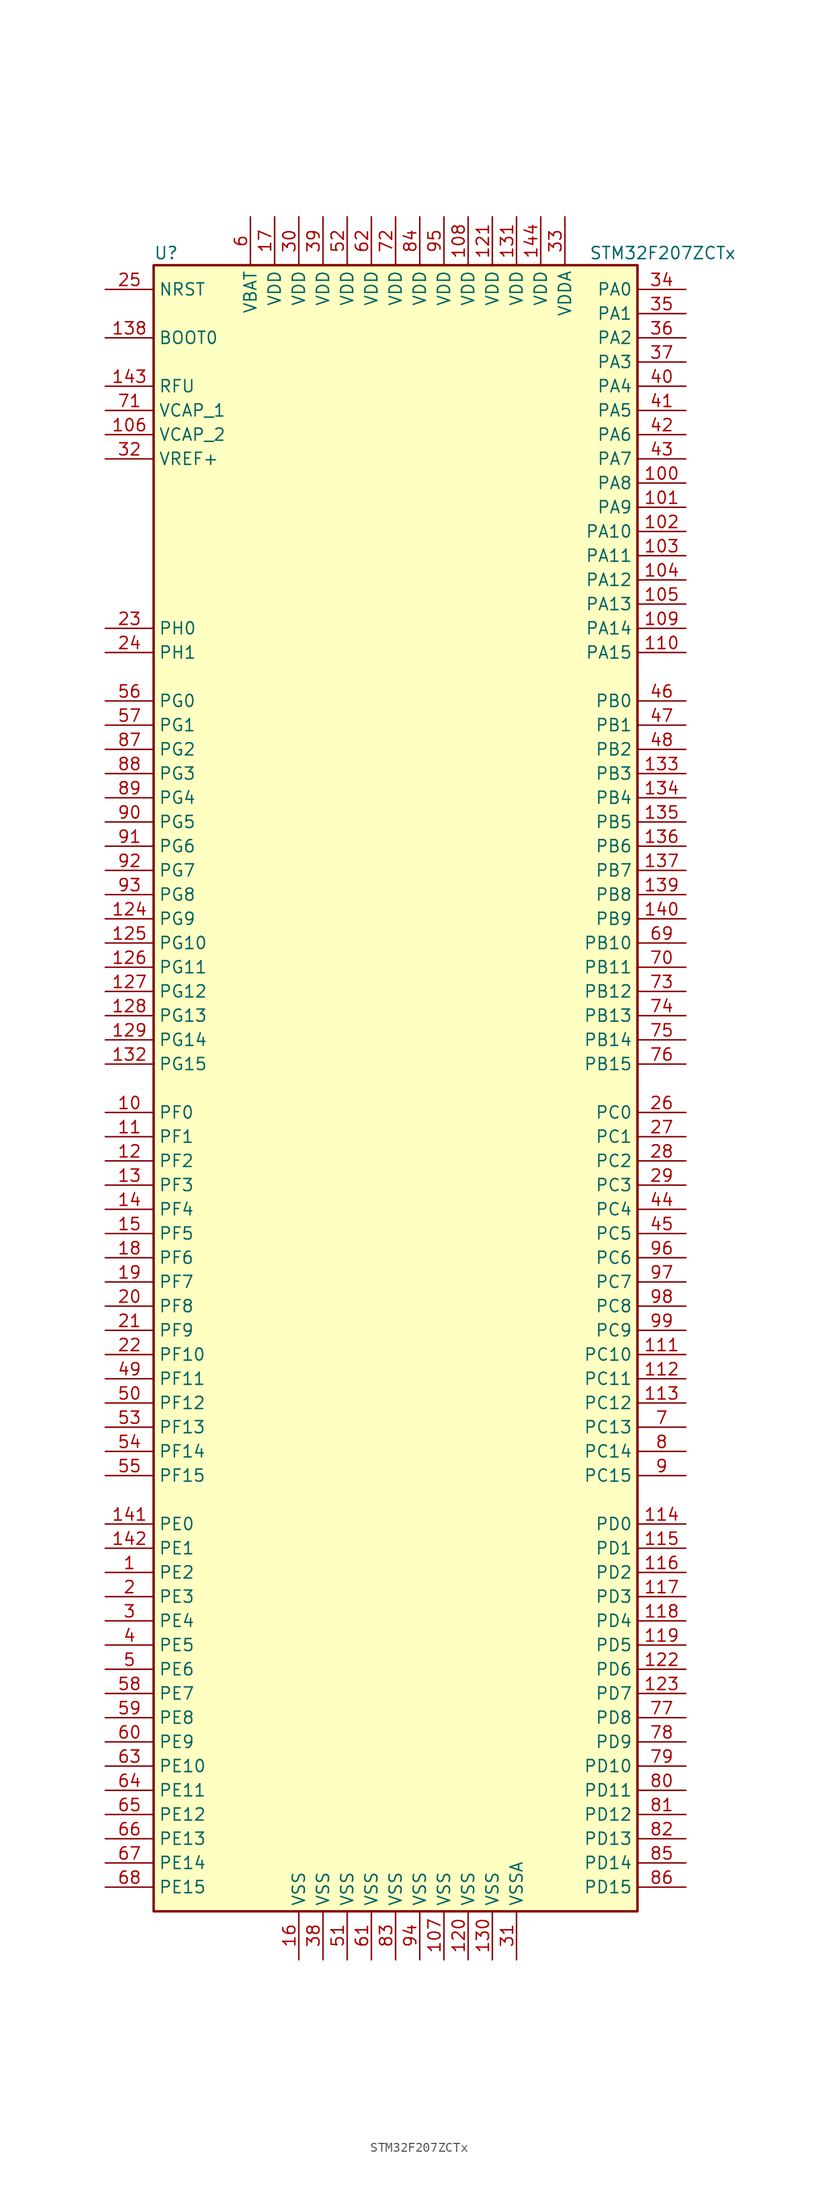
<source format=kicad_sym>
(kicad_symbol_lib
  (version 20201005)
  (generator kicad_symbol_editor)
  (symbol "STM32F207ZCTx"
    (property "Reference" "U"
      (at -25.4 87.63 0)
      (effects (font (size 1.27 1.27)) (justify left)))
    (property "Value" "STM32F207ZCTx"
      (at 20.32 87.63 0)
      (effects (font (size 1.27 1.27)) (justify left)))
    (symbol "STM32F207ZCTx_0_1"
      (rectangle (start -25.4 -86.36) (end 25.4 86.36) (stroke (width 0.254)) (fill (type background))))
    (symbol "STM32F207ZCTx_1_1"
      (pin input line (at -30.48 78.74 0) (length 5.08) (name "BOOT0" (effects (font (size 1.27 1.27)))) (number "138" (effects (font (size 1.27 1.27)))))
      (pin input line (at -30.48 83.82 0) (length 5.08) (name "NRST" (effects (font (size 1.27 1.27)))) (number "25" (effects (font (size 1.27 1.27)))))
      (pin bidirectional line (at 30.48 83.82 180) (length 5.08) (name "PA0" (effects (font (size 1.27 1.27)))) (number "34" (effects (font (size 1.27 1.27)))))
      (pin bidirectional line (at 30.48 81.28 180) (length 5.08) (name "PA1" (effects (font (size 1.27 1.27)))) (number "35" (effects (font (size 1.27 1.27)))))
      (pin bidirectional line (at 30.48 58.42 180) (length 5.08) (name "PA10" (effects (font (size 1.27 1.27)))) (number "102" (effects (font (size 1.27 1.27)))))
      (pin bidirectional line (at 30.48 55.88 180) (length 5.08) (name "PA11" (effects (font (size 1.27 1.27)))) (number "103" (effects (font (size 1.27 1.27)))))
      (pin bidirectional line (at 30.48 53.34 180) (length 5.08) (name "PA12" (effects (font (size 1.27 1.27)))) (number "104" (effects (font (size 1.27 1.27)))))
      (pin bidirectional line (at 30.48 50.8 180) (length 5.08) (name "PA13" (effects (font (size 1.27 1.27)))) (number "105" (effects (font (size 1.27 1.27)))))
      (pin bidirectional line (at 30.48 48.26 180) (length 5.08) (name "PA14" (effects (font (size 1.27 1.27)))) (number "109" (effects (font (size 1.27 1.27)))))
      (pin bidirectional line (at 30.48 45.72 180) (length 5.08) (name "PA15" (effects (font (size 1.27 1.27)))) (number "110" (effects (font (size 1.27 1.27)))))
      (pin bidirectional line (at 30.48 78.74 180) (length 5.08) (name "PA2" (effects (font (size 1.27 1.27)))) (number "36" (effects (font (size 1.27 1.27)))))
      (pin bidirectional line (at 30.48 76.2 180) (length 5.08) (name "PA3" (effects (font (size 1.27 1.27)))) (number "37" (effects (font (size 1.27 1.27)))))
      (pin bidirectional line (at 30.48 73.66 180) (length 5.08) (name "PA4" (effects (font (size 1.27 1.27)))) (number "40" (effects (font (size 1.27 1.27)))))
      (pin bidirectional line (at 30.48 71.12 180) (length 5.08) (name "PA5" (effects (font (size 1.27 1.27)))) (number "41" (effects (font (size 1.27 1.27)))))
      (pin bidirectional line (at 30.48 68.58 180) (length 5.08) (name "PA6" (effects (font (size 1.27 1.27)))) (number "42" (effects (font (size 1.27 1.27)))))
      (pin bidirectional line (at 30.48 66.04 180) (length 5.08) (name "PA7" (effects (font (size 1.27 1.27)))) (number "43" (effects (font (size 1.27 1.27)))))
      (pin bidirectional line (at 30.48 63.5 180) (length 5.08) (name "PA8" (effects (font (size 1.27 1.27)))) (number "100" (effects (font (size 1.27 1.27)))))
      (pin bidirectional line (at 30.48 60.96 180) (length 5.08) (name "PA9" (effects (font (size 1.27 1.27)))) (number "101" (effects (font (size 1.27 1.27)))))
      (pin bidirectional line (at 30.48 40.64 180) (length 5.08) (name "PB0" (effects (font (size 1.27 1.27)))) (number "46" (effects (font (size 1.27 1.27)))))
      (pin bidirectional line (at 30.48 38.1 180) (length 5.08) (name "PB1" (effects (font (size 1.27 1.27)))) (number "47" (effects (font (size 1.27 1.27)))))
      (pin bidirectional line (at 30.48 15.24 180) (length 5.08) (name "PB10" (effects (font (size 1.27 1.27)))) (number "69" (effects (font (size 1.27 1.27)))))
      (pin bidirectional line (at 30.48 12.7 180) (length 5.08) (name "PB11" (effects (font (size 1.27 1.27)))) (number "70" (effects (font (size 1.27 1.27)))))
      (pin bidirectional line (at 30.48 10.16 180) (length 5.08) (name "PB12" (effects (font (size 1.27 1.27)))) (number "73" (effects (font (size 1.27 1.27)))))
      (pin bidirectional line (at 30.48 7.62 180) (length 5.08) (name "PB13" (effects (font (size 1.27 1.27)))) (number "74" (effects (font (size 1.27 1.27)))))
      (pin bidirectional line (at 30.48 5.08 180) (length 5.08) (name "PB14" (effects (font (size 1.27 1.27)))) (number "75" (effects (font (size 1.27 1.27)))))
      (pin bidirectional line (at 30.48 2.54 180) (length 5.08) (name "PB15" (effects (font (size 1.27 1.27)))) (number "76" (effects (font (size 1.27 1.27)))))
      (pin bidirectional line (at 30.48 35.56 180) (length 5.08) (name "PB2" (effects (font (size 1.27 1.27)))) (number "48" (effects (font (size 1.27 1.27)))))
      (pin bidirectional line (at 30.48 33.02 180) (length 5.08) (name "PB3" (effects (font (size 1.27 1.27)))) (number "133" (effects (font (size 1.27 1.27)))))
      (pin bidirectional line (at 30.48 30.48 180) (length 5.08) (name "PB4" (effects (font (size 1.27 1.27)))) (number "134" (effects (font (size 1.27 1.27)))))
      (pin bidirectional line (at 30.48 27.94 180) (length 5.08) (name "PB5" (effects (font (size 1.27 1.27)))) (number "135" (effects (font (size 1.27 1.27)))))
      (pin bidirectional line (at 30.48 25.4 180) (length 5.08) (name "PB6" (effects (font (size 1.27 1.27)))) (number "136" (effects (font (size 1.27 1.27)))))
      (pin bidirectional line (at 30.48 22.86 180) (length 5.08) (name "PB7" (effects (font (size 1.27 1.27)))) (number "137" (effects (font (size 1.27 1.27)))))
      (pin bidirectional line (at 30.48 20.32 180) (length 5.08) (name "PB8" (effects (font (size 1.27 1.27)))) (number "139" (effects (font (size 1.27 1.27)))))
      (pin bidirectional line (at 30.48 17.78 180) (length 5.08) (name "PB9" (effects (font (size 1.27 1.27)))) (number "140" (effects (font (size 1.27 1.27)))))
      (pin bidirectional line (at 30.48 -2.54 180) (length 5.08) (name "PC0" (effects (font (size 1.27 1.27)))) (number "26" (effects (font (size 1.27 1.27)))))
      (pin bidirectional line (at 30.48 -5.08 180) (length 5.08) (name "PC1" (effects (font (size 1.27 1.27)))) (number "27" (effects (font (size 1.27 1.27)))))
      (pin bidirectional line (at 30.48 -27.94 180) (length 5.08) (name "PC10" (effects (font (size 1.27 1.27)))) (number "111" (effects (font (size 1.27 1.27)))))
      (pin bidirectional line (at 30.48 -30.48 180) (length 5.08) (name "PC11" (effects (font (size 1.27 1.27)))) (number "112" (effects (font (size 1.27 1.27)))))
      (pin bidirectional line (at 30.48 -33.02 180) (length 5.08) (name "PC12" (effects (font (size 1.27 1.27)))) (number "113" (effects (font (size 1.27 1.27)))))
      (pin bidirectional line (at 30.48 -35.56 180) (length 5.08) (name "PC13" (effects (font (size 1.27 1.27)))) (number "7" (effects (font (size 1.27 1.27)))))
      (pin bidirectional line (at 30.48 -38.1 180) (length 5.08) (name "PC14" (effects (font (size 1.27 1.27)))) (number "8" (effects (font (size 1.27 1.27)))))
      (pin bidirectional line (at 30.48 -40.64 180) (length 5.08) (name "PC15" (effects (font (size 1.27 1.27)))) (number "9" (effects (font (size 1.27 1.27)))))
      (pin bidirectional line (at 30.48 -7.62 180) (length 5.08) (name "PC2" (effects (font (size 1.27 1.27)))) (number "28" (effects (font (size 1.27 1.27)))))
      (pin bidirectional line (at 30.48 -10.16 180) (length 5.08) (name "PC3" (effects (font (size 1.27 1.27)))) (number "29" (effects (font (size 1.27 1.27)))))
      (pin bidirectional line (at 30.48 -12.7 180) (length 5.08) (name "PC4" (effects (font (size 1.27 1.27)))) (number "44" (effects (font (size 1.27 1.27)))))
      (pin bidirectional line (at 30.48 -15.24 180) (length 5.08) (name "PC5" (effects (font (size 1.27 1.27)))) (number "45" (effects (font (size 1.27 1.27)))))
      (pin bidirectional line (at 30.48 -17.78 180) (length 5.08) (name "PC6" (effects (font (size 1.27 1.27)))) (number "96" (effects (font (size 1.27 1.27)))))
      (pin bidirectional line (at 30.48 -20.32 180) (length 5.08) (name "PC7" (effects (font (size 1.27 1.27)))) (number "97" (effects (font (size 1.27 1.27)))))
      (pin bidirectional line (at 30.48 -22.86 180) (length 5.08) (name "PC8" (effects (font (size 1.27 1.27)))) (number "98" (effects (font (size 1.27 1.27)))))
      (pin bidirectional line (at 30.48 -25.4 180) (length 5.08) (name "PC9" (effects (font (size 1.27 1.27)))) (number "99" (effects (font (size 1.27 1.27)))))
      (pin bidirectional line (at 30.48 -45.72 180) (length 5.08) (name "PD0" (effects (font (size 1.27 1.27)))) (number "114" (effects (font (size 1.27 1.27)))))
      (pin bidirectional line (at 30.48 -48.26 180) (length 5.08) (name "PD1" (effects (font (size 1.27 1.27)))) (number "115" (effects (font (size 1.27 1.27)))))
      (pin bidirectional line (at 30.48 -71.12 180) (length 5.08) (name "PD10" (effects (font (size 1.27 1.27)))) (number "79" (effects (font (size 1.27 1.27)))))
      (pin bidirectional line (at 30.48 -73.66 180) (length 5.08) (name "PD11" (effects (font (size 1.27 1.27)))) (number "80" (effects (font (size 1.27 1.27)))))
      (pin bidirectional line (at 30.48 -76.2 180) (length 5.08) (name "PD12" (effects (font (size 1.27 1.27)))) (number "81" (effects (font (size 1.27 1.27)))))
      (pin bidirectional line (at 30.48 -78.74 180) (length 5.08) (name "PD13" (effects (font (size 1.27 1.27)))) (number "82" (effects (font (size 1.27 1.27)))))
      (pin bidirectional line (at 30.48 -81.28 180) (length 5.08) (name "PD14" (effects (font (size 1.27 1.27)))) (number "85" (effects (font (size 1.27 1.27)))))
      (pin bidirectional line (at 30.48 -83.82 180) (length 5.08) (name "PD15" (effects (font (size 1.27 1.27)))) (number "86" (effects (font (size 1.27 1.27)))))
      (pin bidirectional line (at 30.48 -50.8 180) (length 5.08) (name "PD2" (effects (font (size 1.27 1.27)))) (number "116" (effects (font (size 1.27 1.27)))))
      (pin bidirectional line (at 30.48 -53.34 180) (length 5.08) (name "PD3" (effects (font (size 1.27 1.27)))) (number "117" (effects (font (size 1.27 1.27)))))
      (pin bidirectional line (at 30.48 -55.88 180) (length 5.08) (name "PD4" (effects (font (size 1.27 1.27)))) (number "118" (effects (font (size 1.27 1.27)))))
      (pin bidirectional line (at 30.48 -58.42 180) (length 5.08) (name "PD5" (effects (font (size 1.27 1.27)))) (number "119" (effects (font (size 1.27 1.27)))))
      (pin bidirectional line (at 30.48 -60.96 180) (length 5.08) (name "PD6" (effects (font (size 1.27 1.27)))) (number "122" (effects (font (size 1.27 1.27)))))
      (pin bidirectional line (at 30.48 -63.5 180) (length 5.08) (name "PD7" (effects (font (size 1.27 1.27)))) (number "123" (effects (font (size 1.27 1.27)))))
      (pin bidirectional line (at 30.48 -66.04 180) (length 5.08) (name "PD8" (effects (font (size 1.27 1.27)))) (number "77" (effects (font (size 1.27 1.27)))))
      (pin bidirectional line (at 30.48 -68.58 180) (length 5.08) (name "PD9" (effects (font (size 1.27 1.27)))) (number "78" (effects (font (size 1.27 1.27)))))
      (pin bidirectional line (at -30.48 -45.72 0) (length 5.08) (name "PE0" (effects (font (size 1.27 1.27)))) (number "141" (effects (font (size 1.27 1.27)))))
      (pin bidirectional line (at -30.48 -48.26 0) (length 5.08) (name "PE1" (effects (font (size 1.27 1.27)))) (number "142" (effects (font (size 1.27 1.27)))))
      (pin bidirectional line (at -30.48 -71.12 0) (length 5.08) (name "PE10" (effects (font (size 1.27 1.27)))) (number "63" (effects (font (size 1.27 1.27)))))
      (pin bidirectional line (at -30.48 -73.66 0) (length 5.08) (name "PE11" (effects (font (size 1.27 1.27)))) (number "64" (effects (font (size 1.27 1.27)))))
      (pin bidirectional line (at -30.48 -76.2 0) (length 5.08) (name "PE12" (effects (font (size 1.27 1.27)))) (number "65" (effects (font (size 1.27 1.27)))))
      (pin bidirectional line (at -30.48 -78.74 0) (length 5.08) (name "PE13" (effects (font (size 1.27 1.27)))) (number "66" (effects (font (size 1.27 1.27)))))
      (pin bidirectional line (at -30.48 -81.28 0) (length 5.08) (name "PE14" (effects (font (size 1.27 1.27)))) (number "67" (effects (font (size 1.27 1.27)))))
      (pin bidirectional line (at -30.48 -83.82 0) (length 5.08) (name "PE15" (effects (font (size 1.27 1.27)))) (number "68" (effects (font (size 1.27 1.27)))))
      (pin bidirectional line (at -30.48 -50.8 0) (length 5.08) (name "PE2" (effects (font (size 1.27 1.27)))) (number "1" (effects (font (size 1.27 1.27)))))
      (pin bidirectional line (at -30.48 -53.34 0) (length 5.08) (name "PE3" (effects (font (size 1.27 1.27)))) (number "2" (effects (font (size 1.27 1.27)))))
      (pin bidirectional line (at -30.48 -55.88 0) (length 5.08) (name "PE4" (effects (font (size 1.27 1.27)))) (number "3" (effects (font (size 1.27 1.27)))))
      (pin bidirectional line (at -30.48 -58.42 0) (length 5.08) (name "PE5" (effects (font (size 1.27 1.27)))) (number "4" (effects (font (size 1.27 1.27)))))
      (pin bidirectional line (at -30.48 -60.96 0) (length 5.08) (name "PE6" (effects (font (size 1.27 1.27)))) (number "5" (effects (font (size 1.27 1.27)))))
      (pin bidirectional line (at -30.48 -63.5 0) (length 5.08) (name "PE7" (effects (font (size 1.27 1.27)))) (number "58" (effects (font (size 1.27 1.27)))))
      (pin bidirectional line (at -30.48 -66.04 0) (length 5.08) (name "PE8" (effects (font (size 1.27 1.27)))) (number "59" (effects (font (size 1.27 1.27)))))
      (pin bidirectional line (at -30.48 -68.58 0) (length 5.08) (name "PE9" (effects (font (size 1.27 1.27)))) (number "60" (effects (font (size 1.27 1.27)))))
      (pin bidirectional line (at -30.48 -2.54 0) (length 5.08) (name "PF0" (effects (font (size 1.27 1.27)))) (number "10" (effects (font (size 1.27 1.27)))))
      (pin bidirectional line (at -30.48 -5.08 0) (length 5.08) (name "PF1" (effects (font (size 1.27 1.27)))) (number "11" (effects (font (size 1.27 1.27)))))
      (pin bidirectional line (at -30.48 -27.94 0) (length 5.08) (name "PF10" (effects (font (size 1.27 1.27)))) (number "22" (effects (font (size 1.27 1.27)))))
      (pin bidirectional line (at -30.48 -30.48 0) (length 5.08) (name "PF11" (effects (font (size 1.27 1.27)))) (number "49" (effects (font (size 1.27 1.27)))))
      (pin bidirectional line (at -30.48 -33.02 0) (length 5.08) (name "PF12" (effects (font (size 1.27 1.27)))) (number "50" (effects (font (size 1.27 1.27)))))
      (pin bidirectional line (at -30.48 -35.56 0) (length 5.08) (name "PF13" (effects (font (size 1.27 1.27)))) (number "53" (effects (font (size 1.27 1.27)))))
      (pin bidirectional line (at -30.48 -38.1 0) (length 5.08) (name "PF14" (effects (font (size 1.27 1.27)))) (number "54" (effects (font (size 1.27 1.27)))))
      (pin bidirectional line (at -30.48 -40.64 0) (length 5.08) (name "PF15" (effects (font (size 1.27 1.27)))) (number "55" (effects (font (size 1.27 1.27)))))
      (pin bidirectional line (at -30.48 -7.62 0) (length 5.08) (name "PF2" (effects (font (size 1.27 1.27)))) (number "12" (effects (font (size 1.27 1.27)))))
      (pin bidirectional line (at -30.48 -10.16 0) (length 5.08) (name "PF3" (effects (font (size 1.27 1.27)))) (number "13" (effects (font (size 1.27 1.27)))))
      (pin bidirectional line (at -30.48 -12.7 0) (length 5.08) (name "PF4" (effects (font (size 1.27 1.27)))) (number "14" (effects (font (size 1.27 1.27)))))
      (pin bidirectional line (at -30.48 -15.24 0) (length 5.08) (name "PF5" (effects (font (size 1.27 1.27)))) (number "15" (effects (font (size 1.27 1.27)))))
      (pin bidirectional line (at -30.48 -17.78 0) (length 5.08) (name "PF6" (effects (font (size 1.27 1.27)))) (number "18" (effects (font (size 1.27 1.27)))))
      (pin bidirectional line (at -30.48 -20.32 0) (length 5.08) (name "PF7" (effects (font (size 1.27 1.27)))) (number "19" (effects (font (size 1.27 1.27)))))
      (pin bidirectional line (at -30.48 -22.86 0) (length 5.08) (name "PF8" (effects (font (size 1.27 1.27)))) (number "20" (effects (font (size 1.27 1.27)))))
      (pin bidirectional line (at -30.48 -25.4 0) (length 5.08) (name "PF9" (effects (font (size 1.27 1.27)))) (number "21" (effects (font (size 1.27 1.27)))))
      (pin bidirectional line (at -30.48 40.64 0) (length 5.08) (name "PG0" (effects (font (size 1.27 1.27)))) (number "56" (effects (font (size 1.27 1.27)))))
      (pin bidirectional line (at -30.48 38.1 0) (length 5.08) (name "PG1" (effects (font (size 1.27 1.27)))) (number "57" (effects (font (size 1.27 1.27)))))
      (pin bidirectional line (at -30.48 15.24 0) (length 5.08) (name "PG10" (effects (font (size 1.27 1.27)))) (number "125" (effects (font (size 1.27 1.27)))))
      (pin bidirectional line (at -30.48 12.7 0) (length 5.08) (name "PG11" (effects (font (size 1.27 1.27)))) (number "126" (effects (font (size 1.27 1.27)))))
      (pin bidirectional line (at -30.48 10.16 0) (length 5.08) (name "PG12" (effects (font (size 1.27 1.27)))) (number "127" (effects (font (size 1.27 1.27)))))
      (pin bidirectional line (at -30.48 7.62 0) (length 5.08) (name "PG13" (effects (font (size 1.27 1.27)))) (number "128" (effects (font (size 1.27 1.27)))))
      (pin bidirectional line (at -30.48 5.08 0) (length 5.08) (name "PG14" (effects (font (size 1.27 1.27)))) (number "129" (effects (font (size 1.27 1.27)))))
      (pin bidirectional line (at -30.48 2.54 0) (length 5.08) (name "PG15" (effects (font (size 1.27 1.27)))) (number "132" (effects (font (size 1.27 1.27)))))
      (pin bidirectional line (at -30.48 35.56 0) (length 5.08) (name "PG2" (effects (font (size 1.27 1.27)))) (number "87" (effects (font (size 1.27 1.27)))))
      (pin bidirectional line (at -30.48 33.02 0) (length 5.08) (name "PG3" (effects (font (size 1.27 1.27)))) (number "88" (effects (font (size 1.27 1.27)))))
      (pin bidirectional line (at -30.48 30.48 0) (length 5.08) (name "PG4" (effects (font (size 1.27 1.27)))) (number "89" (effects (font (size 1.27 1.27)))))
      (pin bidirectional line (at -30.48 27.94 0) (length 5.08) (name "PG5" (effects (font (size 1.27 1.27)))) (number "90" (effects (font (size 1.27 1.27)))))
      (pin bidirectional line (at -30.48 25.4 0) (length 5.08) (name "PG6" (effects (font (size 1.27 1.27)))) (number "91" (effects (font (size 1.27 1.27)))))
      (pin bidirectional line (at -30.48 22.86 0) (length 5.08) (name "PG7" (effects (font (size 1.27 1.27)))) (number "92" (effects (font (size 1.27 1.27)))))
      (pin bidirectional line (at -30.48 20.32 0) (length 5.08) (name "PG8" (effects (font (size 1.27 1.27)))) (number "93" (effects (font (size 1.27 1.27)))))
      (pin bidirectional line (at -30.48 17.78 0) (length 5.08) (name "PG9" (effects (font (size 1.27 1.27)))) (number "124" (effects (font (size 1.27 1.27)))))
      (pin input line (at -30.48 48.26 0) (length 5.08) (name "PH0" (effects (font (size 1.27 1.27)))) (number "23" (effects (font (size 1.27 1.27)))))
      (pin input line (at -30.48 45.72 0) (length 5.08) (name "PH1" (effects (font (size 1.27 1.27)))) (number "24" (effects (font (size 1.27 1.27)))))
      (pin power_in line (at -30.48 73.66 0) (length 5.08) (name "RFU" (effects (font (size 1.27 1.27)))) (number "143" (effects (font (size 1.27 1.27)))))
      (pin power_in line (at -15.24 91.44 270) (length 5.08) (name "VBAT" (effects (font (size 1.27 1.27)))) (number "6" (effects (font (size 1.27 1.27)))))
      (pin power_in line (at -30.48 71.12 0) (length 5.08) (name "VCAP_1" (effects (font (size 1.27 1.27)))) (number "71" (effects (font (size 1.27 1.27)))))
      (pin power_in line (at -30.48 68.58 0) (length 5.08) (name "VCAP_2" (effects (font (size 1.27 1.27)))) (number "106" (effects (font (size 1.27 1.27)))))
      (pin power_in line (at 7.62 91.44 270) (length 5.08) (name "VDD" (effects (font (size 1.27 1.27)))) (number "108" (effects (font (size 1.27 1.27)))))
      (pin power_in line (at 10.16 91.44 270) (length 5.08) (name "VDD" (effects (font (size 1.27 1.27)))) (number "121" (effects (font (size 1.27 1.27)))))
      (pin power_in line (at 12.7 91.44 270) (length 5.08) (name "VDD" (effects (font (size 1.27 1.27)))) (number "131" (effects (font (size 1.27 1.27)))))
      (pin power_in line (at 15.24 91.44 270) (length 5.08) (name "VDD" (effects (font (size 1.27 1.27)))) (number "144" (effects (font (size 1.27 1.27)))))
      (pin power_in line (at -12.7 91.44 270) (length 5.08) (name "VDD" (effects (font (size 1.27 1.27)))) (number "17" (effects (font (size 1.27 1.27)))))
      (pin power_in line (at -10.16 91.44 270) (length 5.08) (name "VDD" (effects (font (size 1.27 1.27)))) (number "30" (effects (font (size 1.27 1.27)))))
      (pin power_in line (at -7.62 91.44 270) (length 5.08) (name "VDD" (effects (font (size 1.27 1.27)))) (number "39" (effects (font (size 1.27 1.27)))))
      (pin power_in line (at -5.08 91.44 270) (length 5.08) (name "VDD" (effects (font (size 1.27 1.27)))) (number "52" (effects (font (size 1.27 1.27)))))
      (pin power_in line (at -2.54 91.44 270) (length 5.08) (name "VDD" (effects (font (size 1.27 1.27)))) (number "62" (effects (font (size 1.27 1.27)))))
      (pin power_in line (at 0 91.44 270) (length 5.08) (name "VDD" (effects (font (size 1.27 1.27)))) (number "72" (effects (font (size 1.27 1.27)))))
      (pin power_in line (at 2.54 91.44 270) (length 5.08) (name "VDD" (effects (font (size 1.27 1.27)))) (number "84" (effects (font (size 1.27 1.27)))))
      (pin power_in line (at 5.08 91.44 270) (length 5.08) (name "VDD" (effects (font (size 1.27 1.27)))) (number "95" (effects (font (size 1.27 1.27)))))
      (pin power_in line (at 17.78 91.44 270) (length 5.08) (name "VDDA" (effects (font (size 1.27 1.27)))) (number "33" (effects (font (size 1.27 1.27)))))
      (pin power_in line (at -30.48 66.04 0) (length 5.08) (name "VREF+" (effects (font (size 1.27 1.27)))) (number "32" (effects (font (size 1.27 1.27)))))
      (pin power_in line (at 5.08 -91.44 90) (length 5.08) (name "VSS" (effects (font (size 1.27 1.27)))) (number "107" (effects (font (size 1.27 1.27)))))
      (pin power_in line (at 7.62 -91.44 90) (length 5.08) (name "VSS" (effects (font (size 1.27 1.27)))) (number "120" (effects (font (size 1.27 1.27)))))
      (pin power_in line (at 10.16 -91.44 90) (length 5.08) (name "VSS" (effects (font (size 1.27 1.27)))) (number "130" (effects (font (size 1.27 1.27)))))
      (pin power_in line (at -10.16 -91.44 90) (length 5.08) (name "VSS" (effects (font (size 1.27 1.27)))) (number "16" (effects (font (size 1.27 1.27)))))
      (pin power_in line (at -7.62 -91.44 90) (length 5.08) (name "VSS" (effects (font (size 1.27 1.27)))) (number "38" (effects (font (size 1.27 1.27)))))
      (pin power_in line (at -5.08 -91.44 90) (length 5.08) (name "VSS" (effects (font (size 1.27 1.27)))) (number "51" (effects (font (size 1.27 1.27)))))
      (pin power_in line (at -2.54 -91.44 90) (length 5.08) (name "VSS" (effects (font (size 1.27 1.27)))) (number "61" (effects (font (size 1.27 1.27)))))
      (pin power_in line (at 0 -91.44 90) (length 5.08) (name "VSS" (effects (font (size 1.27 1.27)))) (number "83" (effects (font (size 1.27 1.27)))))
      (pin power_in line (at 2.54 -91.44 90) (length 5.08) (name "VSS" (effects (font (size 1.27 1.27)))) (number "94" (effects (font (size 1.27 1.27)))))
      (pin power_in line (at 12.7 -91.44 90) (length 5.08) (name "VSSA" (effects (font (size 1.27 1.27)))) (number "31" (effects (font (size 1.27 1.27))))))))
</source>
